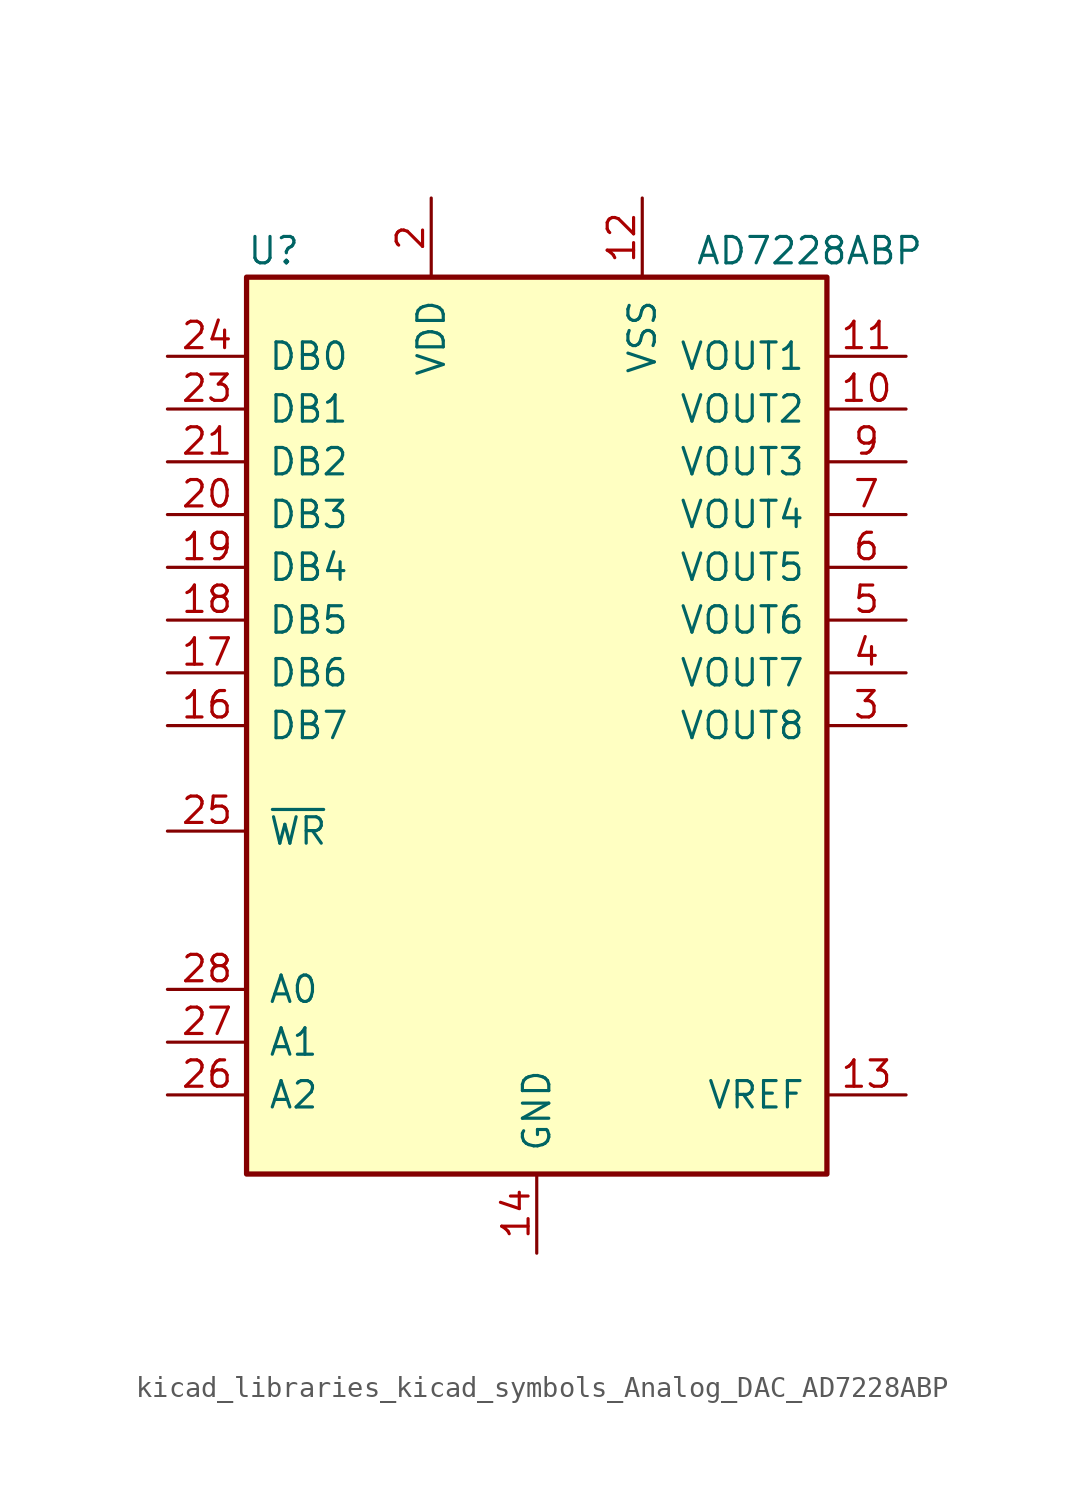
<source format=kicad_sym>
(kicad_symbol_lib
  (version 20220914)
  (generator kicad_symbol_editor)
  (symbol "kicad_libraries_kicad_symbols_Analog_DAC_AD7228ABP"
    (pin_names
      (offset 1.016))
    (property "Reference" "U"
      (at -13.97 22.86 0)
      (effects (font (size 1.27 1.27)) (justify left)))
    (property "Value" "AD7228ABP"
      (at 7.62 22.86 0)
      (effects (font (size 1.27 1.27)) (justify left)))
    (symbol "kicad_libraries_kicad_symbols_Analog_DAC_AD7228ABP_0_1"
      (rectangle (start -13.97 -21.59) (end 13.97 21.59) (stroke (width 0.254) (type default)) (fill (type background))))
    (symbol "kicad_libraries_kicad_symbols_Analog_DAC_AD7228ABP_1_1"
      (pin output line (at 17.78 15.24 180) (length 3.81) (name "VOUT2" (effects (font (size 1.27 1.27)))) (number "10" (effects (font (size 1.27 1.27)))))
      (pin output line (at 17.78 17.78 180) (length 3.81) (name "VOUT1" (effects (font (size 1.27 1.27)))) (number "11" (effects (font (size 1.27 1.27)))))
      (pin power_in line (at 5.08 25.4 270) (length 3.81) (name "VSS" (effects (font (size 1.27 1.27)))) (number "12" (effects (font (size 1.27 1.27)))))
      (pin passive line (at 17.78 -17.78 180) (length 3.81) (name "VREF" (effects (font (size 1.27 1.27)))) (number "13" (effects (font (size 1.27 1.27)))))
      (pin power_in line (at 0 -25.4 90) (length 3.81) (name "GND" (effects (font (size 1.27 1.27)))) (number "14" (effects (font (size 1.27 1.27)))))
      (pin input line (at -17.78 0 0) (length 3.81) (name "DB7" (effects (font (size 1.27 1.27)))) (number "16" (effects (font (size 1.27 1.27)))))
      (pin input line (at -17.78 2.54 0) (length 3.81) (name "DB6" (effects (font (size 1.27 1.27)))) (number "17" (effects (font (size 1.27 1.27)))))
      (pin input line (at -17.78 5.08 0) (length 3.81) (name "DB5" (effects (font (size 1.27 1.27)))) (number "18" (effects (font (size 1.27 1.27)))))
      (pin input line (at -17.78 7.62 0) (length 3.81) (name "DB4" (effects (font (size 1.27 1.27)))) (number "19" (effects (font (size 1.27 1.27)))))
      (pin power_in line (at -5.08 25.4 270) (length 3.81) (name "VDD" (effects (font (size 1.27 1.27)))) (number "2" (effects (font (size 1.27 1.27)))))
      (pin input line (at -17.78 10.16 0) (length 3.81) (name "DB3" (effects (font (size 1.27 1.27)))) (number "20" (effects (font (size 1.27 1.27)))))
      (pin input line (at -17.78 12.7 0) (length 3.81) (name "DB2" (effects (font (size 1.27 1.27)))) (number "21" (effects (font (size 1.27 1.27)))))
      (pin input line (at -17.78 15.24 0) (length 3.81) (name "DB1" (effects (font (size 1.27 1.27)))) (number "23" (effects (font (size 1.27 1.27)))))
      (pin input line (at -17.78 17.78 0) (length 3.81) (name "DB0" (effects (font (size 1.27 1.27)))) (number "24" (effects (font (size 1.27 1.27)))))
      (pin input line (at -17.78 -5.08 0) (length 3.81) (name "~{WR}" (effects (font (size 1.27 1.27)))) (number "25" (effects (font (size 1.27 1.27)))))
      (pin input line (at -17.78 -17.78 0) (length 3.81) (name "A2" (effects (font (size 1.27 1.27)))) (number "26" (effects (font (size 1.27 1.27)))))
      (pin input line (at -17.78 -15.24 0) (length 3.81) (name "A1" (effects (font (size 1.27 1.27)))) (number "27" (effects (font (size 1.27 1.27)))))
      (pin input line (at -17.78 -12.7 0) (length 3.81) (name "A0" (effects (font (size 1.27 1.27)))) (number "28" (effects (font (size 1.27 1.27)))))
      (pin output line (at 17.78 0 180) (length 3.81) (name "VOUT8" (effects (font (size 1.27 1.27)))) (number "3" (effects (font (size 1.27 1.27)))))
      (pin output line (at 17.78 2.54 180) (length 3.81) (name "VOUT7" (effects (font (size 1.27 1.27)))) (number "4" (effects (font (size 1.27 1.27)))))
      (pin output line (at 17.78 5.08 180) (length 3.81) (name "VOUT6" (effects (font (size 1.27 1.27)))) (number "5" (effects (font (size 1.27 1.27)))))
      (pin output line (at 17.78 7.62 180) (length 3.81) (name "VOUT5" (effects (font (size 1.27 1.27)))) (number "6" (effects (font (size 1.27 1.27)))))
      (pin output line (at 17.78 10.16 180) (length 3.81) (name "VOUT4" (effects (font (size 1.27 1.27)))) (number "7" (effects (font (size 1.27 1.27)))))
      (pin output line (at 17.78 12.7 180) (length 3.81) (name "VOUT3" (effects (font (size 1.27 1.27)))) (number "9" (effects (font (size 1.27 1.27))))))))
</source>
